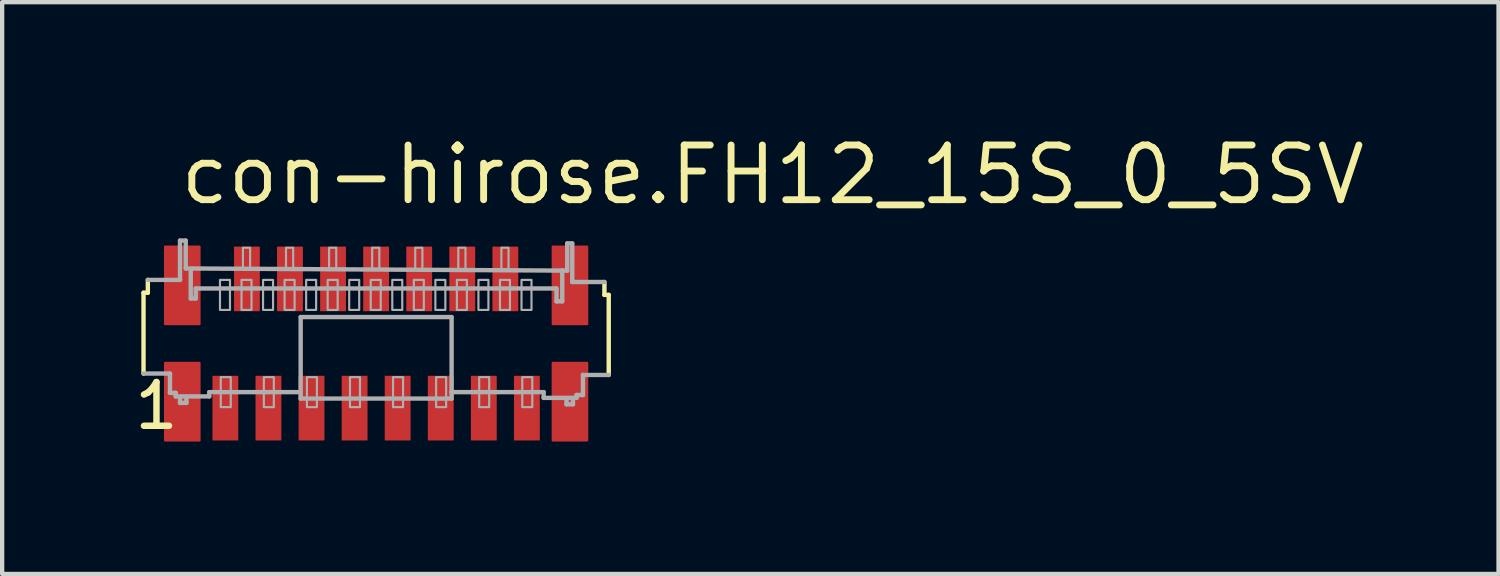
<source format=kicad_pcb>
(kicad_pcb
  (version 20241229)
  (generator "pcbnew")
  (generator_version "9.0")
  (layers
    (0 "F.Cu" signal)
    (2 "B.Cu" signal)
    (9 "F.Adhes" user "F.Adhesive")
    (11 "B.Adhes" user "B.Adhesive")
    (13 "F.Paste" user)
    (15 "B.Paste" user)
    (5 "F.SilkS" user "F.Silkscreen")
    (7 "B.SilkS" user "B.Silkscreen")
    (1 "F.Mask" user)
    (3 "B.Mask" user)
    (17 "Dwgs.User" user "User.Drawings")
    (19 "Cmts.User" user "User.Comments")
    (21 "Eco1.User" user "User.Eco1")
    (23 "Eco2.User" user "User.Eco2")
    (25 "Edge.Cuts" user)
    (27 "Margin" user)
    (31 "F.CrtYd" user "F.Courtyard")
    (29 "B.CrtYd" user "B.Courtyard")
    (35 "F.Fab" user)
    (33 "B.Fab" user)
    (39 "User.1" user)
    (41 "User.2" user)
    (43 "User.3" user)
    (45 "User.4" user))
  (footprint "con-hirose.FH12_15S_0_5SV"
    (layer "F.Cu")
    (at 5.682 4.925)
    (property "Reference" "con-hirose.FH12_15S_0_5SV" (at -4.625 -3.175 0) (layer "F.SilkS") (effects (font (size 1.27 1.27) (thickness 0.16)) (justify left bottom)))
    (attr smd)
    (fp_rect (start -4.9 -0.45) (end -4.1 -2.25) (stroke (width 0.05) (type default)) (fill yes) (layer "F.Cu"))
    (fp_rect (start -4.9 2.25) (end -4.1 0.45) (stroke (width 0.05) (type default)) (fill yes) (layer "F.Cu"))
    (fp_rect (start 4.1 -0.45) (end 4.9 -2.25) (stroke (width 0.05) (type default)) (fill yes) (layer "F.Cu"))
    (fp_rect (start 4.1 2.25) (end 4.9 0.45) (stroke (width 0.05) (type default)) (fill yes) (layer "F.Cu"))
    (fp_rect (start -4.975 -0.375) (end -4.025 -2.325) (stroke (width 0.05) (type default)) (fill yes) (layer "F.Mask"))
    (fp_rect (start -4.975 2.325) (end -4.025 0.375) (stroke (width 0.05) (type default)) (fill yes) (layer "F.Mask"))
    (fp_rect (start -3.85 2.3) (end -3.15 0.7) (stroke (width 0.05) (type default)) (fill yes) (layer "F.Mask"))
    (fp_rect (start -3.35 -0.7) (end -2.65 -2.3) (stroke (width 0.05) (type default)) (fill yes) (layer "F.Mask"))
    (fp_rect (start -2.85 2.3) (end -2.15 0.7) (stroke (width 0.05) (type default)) (fill yes) (layer "F.Mask"))
    (fp_rect (start -2.35 -0.7) (end -1.65 -2.3) (stroke (width 0.05) (type default)) (fill yes) (layer "F.Mask"))
    (fp_rect (start -1.85 2.3) (end -1.15 0.7) (stroke (width 0.05) (type default)) (fill yes) (layer "F.Mask"))
    (fp_rect (start -1.35 -0.7) (end -0.65 -2.3) (stroke (width 0.05) (type default)) (fill yes) (layer "F.Mask"))
    (fp_rect (start -0.85 2.3) (end -0.15 0.7) (stroke (width 0.05) (type default)) (fill yes) (layer "F.Mask"))
    (fp_rect (start -0.35 -0.7) (end 0.35 -2.3) (stroke (width 0.05) (type default)) (fill yes) (layer "F.Mask"))
    (fp_rect (start 0.15 2.3) (end 0.85 0.7) (stroke (width 0.05) (type default)) (fill yes) (layer "F.Mask"))
    (fp_rect (start 0.65 -0.7) (end 1.35 -2.3) (stroke (width 0.05) (type default)) (fill yes) (layer "F.Mask"))
    (fp_rect (start 1.15 2.3) (end 1.85 0.7) (stroke (width 0.05) (type default)) (fill yes) (layer "F.Mask"))
    (fp_rect (start 1.65 -0.7) (end 2.35 -2.3) (stroke (width 0.05) (type default)) (fill yes) (layer "F.Mask"))
    (fp_rect (start 2.15 2.3) (end 2.85 0.7) (stroke (width 0.05) (type default)) (fill yes) (layer "F.Mask"))
    (fp_rect (start 2.65 -0.7) (end 3.35 -2.3) (stroke (width 0.05) (type default)) (fill yes) (layer "F.Mask"))
    (fp_rect (start 3.15 2.3) (end 3.85 0.7) (stroke (width 0.05) (type default)) (fill yes) (layer "F.Mask"))
    (fp_rect (start 4.025 -0.375) (end 4.975 -2.325) (stroke (width 0.05) (type default)) (fill yes) (layer "F.Mask"))
    (fp_rect (start 4.025 2.325) (end 4.975 0.375) (stroke (width 0.05) (type default)) (fill yes) (layer "F.Mask"))
    (fp_line (start -5.4 -1.179) (end -5.3 -1.179) (stroke (width 0.102) (type default)) (layer "F.SilkS"))
    (fp_line (start -5.4 0.697) (end -5.4 -1.179) (stroke (width 0.102) (type default)) (layer "F.SilkS"))
    (fp_line (start -5.3 -1.179) (end -5.3 -1.477) (stroke (width 0.102) (type default)) (layer "F.SilkS"))
    (fp_line (start 5.3 -1.428) (end 5.3 -1.129) (stroke (width 0.102) (type default)) (layer "F.SilkS"))
    (fp_line (start 5.3 -1.129) (end 5.4 -1.129) (stroke (width 0.102) (type default)) (layer "F.SilkS"))
    (fp_line (start 5.4 -1.129) (end 5.4 0.73) (stroke (width 0.102) (type default)) (layer "F.SilkS"))
    (fp_line (start -5.3 -1.477) (end -4.553 -1.477) (stroke (width 0.102) (type default)) (layer "F.Fab"))
    (fp_line (start -4.786 0.697) (end -5.4 0.697) (stroke (width 0.102) (type default)) (layer "F.Fab"))
    (fp_line (start -4.786 1.145) (end -4.786 0.697) (stroke (width 0.102) (type default)) (layer "F.Fab"))
    (fp_line (start -4.653 1.145) (end -4.786 1.145) (stroke (width 0.102) (type default)) (layer "F.Fab"))
    (fp_line (start -4.653 1.228) (end -4.653 1.145) (stroke (width 0.102) (type default)) (layer "F.Fab"))
    (fp_line (start -4.553 -2.39) (end -4.42 -2.39) (stroke (width 0.102) (type default)) (layer "F.Fab"))
    (fp_line (start -4.553 -1.477) (end -4.553 -2.39) (stroke (width 0.102) (type default)) (layer "F.Fab"))
    (fp_line (start -4.553 1.278) (end -4.553 1.378) (stroke (width 0.102) (type default)) (layer "F.Fab"))
    (fp_line (start -4.553 1.378) (end -4.404 1.378) (stroke (width 0.102) (type default)) (layer "F.Fab"))
    (fp_line (start -4.42 -2.39) (end -4.42 -1.743) (stroke (width 0.102) (type default)) (layer "F.Fab"))
    (fp_line (start -4.404 1.378) (end -4.404 1.278) (stroke (width 0.102) (type default)) (layer "F.Fab"))
    (fp_line (start -4.304 -1.71) (end -4.304 -1.046) (stroke (width 0.102) (type default)) (layer "F.Fab"))
    (fp_line (start -4.304 -1.046) (end -4.188 -1.046) (stroke (width 0.102) (type default)) (layer "F.Fab"))
    (fp_line (start -4.188 -1.278) (end 4.188 -1.278) (stroke (width 0.102) (type default)) (layer "F.Fab"))
    (fp_line (start -4.188 -1.046) (end -4.188 -1.278) (stroke (width 0.102) (type default)) (layer "F.Fab"))
    (fp_line (start -3.873 1.129) (end -3.873 1.228) (stroke (width 0.102) (type default)) (layer "F.Fab"))
    (fp_line (start -3.873 1.228) (end -4.653 1.228) (stroke (width 0.102) (type default)) (layer "F.Fab"))
    (fp_line (start -1.758 1.129) (end -3.873 1.129) (stroke (width 0.102) (type default)) (layer "F.Fab"))
    (fp_line (start -1.752 1.278) (end -1.752 -0.614) (stroke (width 0.102) (type default)) (layer "F.Fab"))
    (fp_line (start -1.75 -0.614) (end 1.75 -0.614) (stroke (width 0.102) (type default)) (layer "F.Fab"))
    (fp_line (start 1.752 -0.614) (end 1.752 1.129) (stroke (width 0.102) (type default)) (layer "F.Fab"))
    (fp_line (start 1.752 1.129) (end 1.752 1.278) (stroke (width 0.102) (type default)) (layer "F.Fab"))
    (fp_line (start 1.752 1.278) (end -1.752 1.278) (stroke (width 0.102) (type default)) (layer "F.Fab"))
    (fp_line (start 3.889 1.129) (end 1.752 1.129) (stroke (width 0.102) (type default)) (layer "F.Fab"))
    (fp_line (start 3.889 1.262) (end 3.889 1.129) (stroke (width 0.102) (type default)) (layer "F.Fab"))
    (fp_line (start 4.188 -1.278) (end 4.188 -0.979) (stroke (width 0.102) (type default)) (layer "F.Fab"))
    (fp_line (start 4.188 -0.979) (end 4.321 -0.979) (stroke (width 0.102) (type default)) (layer "F.Fab"))
    (fp_line (start 4.321 -1.693) (end -4.42 -1.743) (stroke (width 0.102) (type default)) (layer "F.Fab"))
    (fp_line (start 4.321 -0.979) (end 4.321 -1.693) (stroke (width 0.102) (type default)) (layer "F.Fab"))
    (fp_line (start 4.42 1.311) (end 4.42 1.411) (stroke (width 0.102) (type default)) (layer "F.Fab"))
    (fp_line (start 4.42 1.411) (end 4.57 1.411) (stroke (width 0.102) (type default)) (layer "F.Fab"))
    (fp_line (start 4.437 -2.324) (end 4.437 -1.693) (stroke (width 0.102) (type default)) (layer "F.Fab"))
    (fp_line (start 4.437 -2.324) (end 4.553 -2.324) (stroke (width 0.102) (type default)) (layer "F.Fab"))
    (fp_line (start 4.437 -1.693) (end 4.321 -1.693) (stroke (width 0.102) (type default)) (layer "F.Fab"))
    (fp_line (start 4.553 -2.324) (end 4.553 -1.428) (stroke (width 0.102) (type default)) (layer "F.Fab"))
    (fp_line (start 4.553 -1.428) (end 5.3 -1.428) (stroke (width 0.102) (type default)) (layer "F.Fab"))
    (fp_line (start 4.57 1.411) (end 4.57 1.311) (stroke (width 0.102) (type default)) (layer "F.Fab"))
    (fp_line (start 4.653 1.195) (end 4.653 1.262) (stroke (width 0.102) (type default)) (layer "F.Fab"))
    (fp_line (start 4.653 1.262) (end 3.889 1.262) (stroke (width 0.102) (type default)) (layer "F.Fab"))
    (fp_line (start 4.802 0.73) (end 4.802 1.195) (stroke (width 0.102) (type default)) (layer "F.Fab"))
    (fp_line (start 4.802 1.195) (end 4.653 1.195) (stroke (width 0.102) (type default)) (layer "F.Fab"))
    (fp_line (start 5.4 0.73) (end 4.802 0.73) (stroke (width 0.102) (type default)) (layer "F.Fab"))
    (fp_rect (start -3.625 -0.78) (end -3.393 -1.477) (stroke (width 0.05) (type default)) (fill no) (layer "F.Fab"))
    (fp_rect (start -3.607 1.477) (end -3.375 0.78) (stroke (width 0.05) (type default)) (fill no) (layer "F.Fab"))
    (fp_rect (start -3.125 -0.78) (end -2.893 -1.477) (stroke (width 0.05) (type default)) (fill no) (layer "F.Fab"))
    (fp_rect (start -3.092 -1.726) (end -2.926 -2.224) (stroke (width 0.05) (type default)) (fill no) (layer "F.Fab"))
    (fp_rect (start -2.625 -0.78) (end -2.393 -1.477) (stroke (width 0.05) (type default)) (fill no) (layer "F.Fab"))
    (fp_rect (start -2.607 1.477) (end -2.375 0.78) (stroke (width 0.05) (type default)) (fill no) (layer "F.Fab"))
    (fp_rect (start -2.125 -0.78) (end -1.893 -1.477) (stroke (width 0.05) (type default)) (fill no) (layer "F.Fab"))
    (fp_rect (start -2.092 -1.726) (end -1.926 -2.224) (stroke (width 0.05) (type default)) (fill no) (layer "F.Fab"))
    (fp_rect (start -1.625 -0.78) (end -1.393 -1.477) (stroke (width 0.05) (type default)) (fill no) (layer "F.Fab"))
    (fp_rect (start -1.607 1.477) (end -1.375 0.78) (stroke (width 0.05) (type default)) (fill no) (layer "F.Fab"))
    (fp_rect (start -1.125 -0.78) (end -0.893 -1.477) (stroke (width 0.05) (type default)) (fill no) (layer "F.Fab"))
    (fp_rect (start -1.092 -1.726) (end -0.926 -2.224) (stroke (width 0.05) (type default)) (fill no) (layer "F.Fab"))
    (fp_rect (start -0.625 -0.78) (end -0.393 -1.477) (stroke (width 0.05) (type default)) (fill no) (layer "F.Fab"))
    (fp_rect (start -0.607 1.477) (end -0.375 0.78) (stroke (width 0.05) (type default)) (fill no) (layer "F.Fab"))
    (fp_rect (start -0.125 -0.78) (end 0.107 -1.477) (stroke (width 0.05) (type default)) (fill no) (layer "F.Fab"))
    (fp_rect (start -0.092 -1.726) (end 0.074 -2.224) (stroke (width 0.05) (type default)) (fill no) (layer "F.Fab"))
    (fp_rect (start 0.375 -0.78) (end 0.607 -1.477) (stroke (width 0.05) (type default)) (fill no) (layer "F.Fab"))
    (fp_rect (start 0.393 1.477) (end 0.625 0.78) (stroke (width 0.05) (type default)) (fill no) (layer "F.Fab"))
    (fp_rect (start 0.875 -0.78) (end 1.107 -1.477) (stroke (width 0.05) (type default)) (fill no) (layer "F.Fab"))
    (fp_rect (start 0.908 -1.726) (end 1.074 -2.224) (stroke (width 0.05) (type default)) (fill no) (layer "F.Fab"))
    (fp_rect (start 1.375 -0.78) (end 1.607 -1.477) (stroke (width 0.05) (type default)) (fill no) (layer "F.Fab"))
    (fp_rect (start 1.393 1.477) (end 1.625 0.78) (stroke (width 0.05) (type default)) (fill no) (layer "F.Fab"))
    (fp_rect (start 1.875 -0.78) (end 2.107 -1.477) (stroke (width 0.05) (type default)) (fill no) (layer "F.Fab"))
    (fp_rect (start 1.908 -1.726) (end 2.074 -2.224) (stroke (width 0.05) (type default)) (fill no) (layer "F.Fab"))
    (fp_rect (start 2.375 -0.78) (end 2.607 -1.477) (stroke (width 0.05) (type default)) (fill no) (layer "F.Fab"))
    (fp_rect (start 2.393 1.477) (end 2.625 0.78) (stroke (width 0.05) (type default)) (fill no) (layer "F.Fab"))
    (fp_rect (start 2.875 -0.78) (end 3.107 -1.477) (stroke (width 0.05) (type default)) (fill no) (layer "F.Fab"))
    (fp_rect (start 2.908 -1.726) (end 3.074 -2.224) (stroke (width 0.05) (type default)) (fill no) (layer "F.Fab"))
    (fp_rect (start 3.375 -0.78) (end 3.607 -1.477) (stroke (width 0.05) (type default)) (fill no) (layer "F.Fab"))
    (fp_rect (start 3.393 1.477) (end 3.625 0.78) (stroke (width 0.05) (type default)) (fill no) (layer "F.Fab"))
    (fp_text user "1" (at -5.682 2.042 0) (layer "F.SilkS") (effects (font (size 1.016 1.016) (thickness 0.15)) (justify left bottom)))
    (pad "1" smd roundrect (at -3.5 1.5) (size 0.6 1.5) (layers "F.Cu" "F.Mask" "F.Paste") (roundrect_rratio 0.01))
    (pad "2" smd roundrect (at -3 -1.5) (size 0.6 1.5) (layers "F.Cu" "F.Mask" "F.Paste") (roundrect_rratio 0.01))
    (pad "3" smd roundrect (at -2.5 1.5) (size 0.6 1.5) (layers "F.Cu" "F.Mask" "F.Paste") (roundrect_rratio 0.01))
    (pad "4" smd roundrect (at -2 -1.5) (size 0.6 1.5) (layers "F.Cu" "F.Mask" "F.Paste") (roundrect_rratio 0.01))
    (pad "5" smd roundrect (at -1.5 1.5) (size 0.6 1.5) (layers "F.Cu" "F.Mask" "F.Paste") (roundrect_rratio 0.01))
    (pad "6" smd roundrect (at -1 -1.5) (size 0.6 1.5) (layers "F.Cu" "F.Mask" "F.Paste") (roundrect_rratio 0.01))
    (pad "7" smd roundrect (at -0.5 1.5) (size 0.6 1.5) (layers "F.Cu" "F.Mask" "F.Paste") (roundrect_rratio 0.01))
    (pad "8" smd roundrect (at 0 -1.5) (size 0.6 1.5) (layers "F.Cu" "F.Mask" "F.Paste") (roundrect_rratio 0.01))
    (pad "9" smd roundrect (at 0.5 1.5) (size 0.6 1.5) (layers "F.Cu" "F.Mask" "F.Paste") (roundrect_rratio 0.01))
    (pad "10" smd roundrect (at 1 -1.5) (size 0.6 1.5) (layers "F.Cu" "F.Mask" "F.Paste") (roundrect_rratio 0.01))
    (pad "11" smd roundrect (at 1.5 1.5) (size 0.6 1.5) (layers "F.Cu" "F.Mask" "F.Paste") (roundrect_rratio 0.01))
    (pad "12" smd roundrect (at 2 -1.5) (size 0.6 1.5) (layers "F.Cu" "F.Mask" "F.Paste") (roundrect_rratio 0.01))
    (pad "13" smd roundrect (at 2.5 1.5) (size 0.6 1.5) (layers "F.Cu" "F.Mask" "F.Paste") (roundrect_rratio 0.01))
    (pad "14" smd roundrect (at 3 -1.5) (size 0.6 1.5) (layers "F.Cu" "F.Mask" "F.Paste") (roundrect_rratio 0.01))
    (pad "15" smd roundrect (at 3.5 1.5) (size 0.6 1.5) (layers "F.Cu" "F.Mask" "F.Paste") (roundrect_rratio 0.01)))
  (gr_rect
    (start -3 -3)
    (end 31.739 10.275)
    (stroke (width 0.1) (type default))
    (fill no)
    (layer "Edge.Cuts")))
</source>
